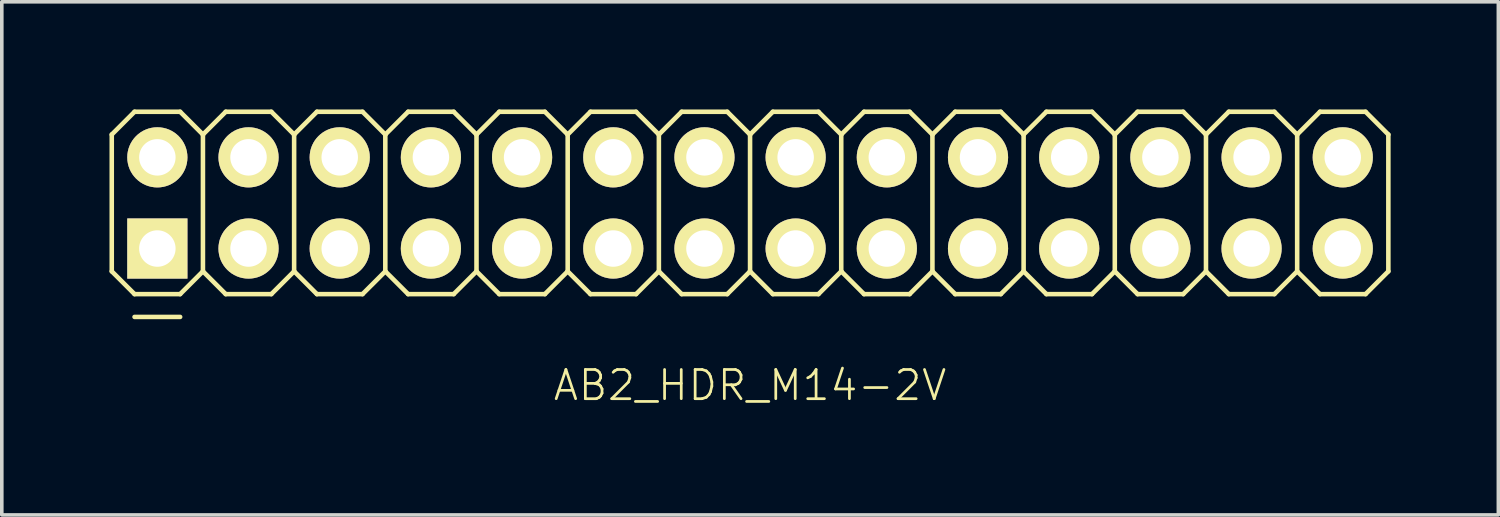
<source format=kicad_pcb>
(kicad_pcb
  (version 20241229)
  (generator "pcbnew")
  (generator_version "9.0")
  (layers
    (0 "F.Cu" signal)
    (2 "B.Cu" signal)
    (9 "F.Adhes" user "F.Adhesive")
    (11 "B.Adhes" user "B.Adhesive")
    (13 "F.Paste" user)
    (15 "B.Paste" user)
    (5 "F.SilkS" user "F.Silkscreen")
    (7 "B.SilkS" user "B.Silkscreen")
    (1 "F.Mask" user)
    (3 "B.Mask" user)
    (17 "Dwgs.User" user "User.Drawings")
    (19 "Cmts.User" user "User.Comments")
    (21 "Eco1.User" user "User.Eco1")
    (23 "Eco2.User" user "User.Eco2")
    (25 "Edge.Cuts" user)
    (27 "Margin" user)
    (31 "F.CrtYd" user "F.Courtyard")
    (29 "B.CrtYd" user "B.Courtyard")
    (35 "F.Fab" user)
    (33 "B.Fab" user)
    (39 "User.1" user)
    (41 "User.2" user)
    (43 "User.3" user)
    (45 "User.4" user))
  (footprint "AB2_HDR_M14-2V"
    (layer "F.Cu")
    (at 17.843 2.603)
    (property "Reference" "AB2_HDR_M14-2V" (at 0 5.08 0) (layer "F.SilkS") (effects (font (size 0.813 0.813) (thickness 0.076))))
    (attr through_hole)
    (fp_line (start -17.78 -1.905) (end -17.145 -2.54) (stroke (width 0.127) (type solid)) (layer "F.SilkS"))
    (fp_line (start -17.78 1.905) (end -17.78 -1.905) (stroke (width 0.127) (type solid)) (layer "F.SilkS"))
    (fp_line (start -17.145 -2.54) (end -15.875 -2.54) (stroke (width 0.127) (type solid)) (layer "F.SilkS"))
    (fp_line (start -17.145 2.54) (end -17.78 1.905) (stroke (width 0.127) (type solid)) (layer "F.SilkS"))
    (fp_line (start -17.145 3.175) (end -15.875 3.175) (stroke (width 0.127) (type solid)) (layer "F.SilkS"))
    (fp_line (start -15.875 -2.54) (end -15.24 -1.905) (stroke (width 0.127) (type solid)) (layer "F.SilkS"))
    (fp_line (start -15.875 2.54) (end -17.145 2.54) (stroke (width 0.127) (type solid)) (layer "F.SilkS"))
    (fp_line (start -15.24 -1.905) (end -15.24 1.905) (stroke (width 0.127) (type solid)) (layer "F.SilkS"))
    (fp_line (start -15.24 -1.905) (end -14.605 -2.54) (stroke (width 0.127) (type solid)) (layer "F.SilkS"))
    (fp_line (start -15.24 1.905) (end -15.875 2.54) (stroke (width 0.127) (type solid)) (layer "F.SilkS"))
    (fp_line (start -14.605 -2.54) (end -13.335 -2.54) (stroke (width 0.127) (type solid)) (layer "F.SilkS"))
    (fp_line (start -14.605 2.54) (end -15.24 1.905) (stroke (width 0.127) (type solid)) (layer "F.SilkS"))
    (fp_line (start -13.335 -2.54) (end -12.7 -1.905) (stroke (width 0.127) (type solid)) (layer "F.SilkS"))
    (fp_line (start -13.335 2.54) (end -14.605 2.54) (stroke (width 0.127) (type solid)) (layer "F.SilkS"))
    (fp_line (start -12.7 -1.905) (end -12.7 1.905) (stroke (width 0.127) (type solid)) (layer "F.SilkS"))
    (fp_line (start -12.7 -1.905) (end -12.065 -2.54) (stroke (width 0.127) (type solid)) (layer "F.SilkS"))
    (fp_line (start -12.7 1.905) (end -13.335 2.54) (stroke (width 0.127) (type solid)) (layer "F.SilkS"))
    (fp_line (start -12.065 -2.54) (end -10.795 -2.54) (stroke (width 0.127) (type solid)) (layer "F.SilkS"))
    (fp_line (start -12.065 2.54) (end -12.7 1.905) (stroke (width 0.127) (type solid)) (layer "F.SilkS"))
    (fp_line (start -10.795 -2.54) (end -10.16 -1.905) (stroke (width 0.127) (type solid)) (layer "F.SilkS"))
    (fp_line (start -10.795 2.54) (end -12.065 2.54) (stroke (width 0.127) (type solid)) (layer "F.SilkS"))
    (fp_line (start -10.16 -1.905) (end -10.16 1.905) (stroke (width 0.127) (type solid)) (layer "F.SilkS"))
    (fp_line (start -10.16 -1.905) (end -9.525 -2.54) (stroke (width 0.127) (type solid)) (layer "F.SilkS"))
    (fp_line (start -10.16 1.905) (end -10.795 2.54) (stroke (width 0.127) (type solid)) (layer "F.SilkS"))
    (fp_line (start -9.525 -2.54) (end -8.255 -2.54) (stroke (width 0.127) (type solid)) (layer "F.SilkS"))
    (fp_line (start -9.525 2.54) (end -10.16 1.905) (stroke (width 0.127) (type solid)) (layer "F.SilkS"))
    (fp_line (start -8.255 -2.54) (end -7.62 -1.905) (stroke (width 0.127) (type solid)) (layer "F.SilkS"))
    (fp_line (start -8.255 2.54) (end -9.525 2.54) (stroke (width 0.127) (type solid)) (layer "F.SilkS"))
    (fp_line (start -7.62 -1.905) (end -7.62 1.905) (stroke (width 0.127) (type solid)) (layer "F.SilkS"))
    (fp_line (start -7.62 -1.905) (end -6.985 -2.54) (stroke (width 0.127) (type solid)) (layer "F.SilkS"))
    (fp_line (start -7.62 1.905) (end -8.255 2.54) (stroke (width 0.127) (type solid)) (layer "F.SilkS"))
    (fp_line (start -6.985 -2.54) (end -5.715 -2.54) (stroke (width 0.127) (type solid)) (layer "F.SilkS"))
    (fp_line (start -6.985 2.54) (end -7.62 1.905) (stroke (width 0.127) (type solid)) (layer "F.SilkS"))
    (fp_line (start -5.715 -2.54) (end -5.08 -1.905) (stroke (width 0.127) (type solid)) (layer "F.SilkS"))
    (fp_line (start -5.715 2.54) (end -6.985 2.54) (stroke (width 0.127) (type solid)) (layer "F.SilkS"))
    (fp_line (start -5.08 -1.905) (end -5.08 1.905) (stroke (width 0.127) (type solid)) (layer "F.SilkS"))
    (fp_line (start -5.08 -1.905) (end -4.445 -2.54) (stroke (width 0.127) (type solid)) (layer "F.SilkS"))
    (fp_line (start -5.08 1.905) (end -5.715 2.54) (stroke (width 0.127) (type solid)) (layer "F.SilkS"))
    (fp_line (start -4.445 -2.54) (end -3.175 -2.54) (stroke (width 0.127) (type solid)) (layer "F.SilkS"))
    (fp_line (start -4.445 2.54) (end -5.08 1.905) (stroke (width 0.127) (type solid)) (layer "F.SilkS"))
    (fp_line (start -3.175 -2.54) (end -2.54 -1.905) (stroke (width 0.127) (type solid)) (layer "F.SilkS"))
    (fp_line (start -3.175 2.54) (end -4.445 2.54) (stroke (width 0.127) (type solid)) (layer "F.SilkS"))
    (fp_line (start -2.54 -1.905) (end -2.54 1.905) (stroke (width 0.127) (type solid)) (layer "F.SilkS"))
    (fp_line (start -2.54 -1.905) (end -1.905 -2.54) (stroke (width 0.127) (type solid)) (layer "F.SilkS"))
    (fp_line (start -2.54 1.905) (end -3.175 2.54) (stroke (width 0.127) (type solid)) (layer "F.SilkS"))
    (fp_line (start -1.905 -2.54) (end -0.635 -2.54) (stroke (width 0.127) (type solid)) (layer "F.SilkS"))
    (fp_line (start -1.905 2.54) (end -2.54 1.905) (stroke (width 0.127) (type solid)) (layer "F.SilkS"))
    (fp_line (start -0.635 -2.54) (end 0 -1.905) (stroke (width 0.127) (type solid)) (layer "F.SilkS"))
    (fp_line (start -0.635 2.54) (end -1.905 2.54) (stroke (width 0.127) (type solid)) (layer "F.SilkS"))
    (fp_line (start 0 -1.905) (end 0 1.905) (stroke (width 0.127) (type solid)) (layer "F.SilkS"))
    (fp_line (start 0 -1.905) (end 0.635 -2.54) (stroke (width 0.127) (type solid)) (layer "F.SilkS"))
    (fp_line (start 0 1.905) (end -0.635 2.54) (stroke (width 0.127) (type solid)) (layer "F.SilkS"))
    (fp_line (start 0.635 -2.54) (end 1.905 -2.54) (stroke (width 0.127) (type solid)) (layer "F.SilkS"))
    (fp_line (start 0.635 2.54) (end 0 1.905) (stroke (width 0.127) (type solid)) (layer "F.SilkS"))
    (fp_line (start 1.905 -2.54) (end 2.54 -1.905) (stroke (width 0.127) (type solid)) (layer "F.SilkS"))
    (fp_line (start 1.905 2.54) (end 0.635 2.54) (stroke (width 0.127) (type solid)) (layer "F.SilkS"))
    (fp_line (start 2.54 -1.905) (end 2.54 1.905) (stroke (width 0.127) (type solid)) (layer "F.SilkS"))
    (fp_line (start 2.54 -1.905) (end 3.175 -2.54) (stroke (width 0.127) (type solid)) (layer "F.SilkS"))
    (fp_line (start 2.54 1.905) (end 1.905 2.54) (stroke (width 0.127) (type solid)) (layer "F.SilkS"))
    (fp_line (start 3.175 -2.54) (end 4.445 -2.54) (stroke (width 0.127) (type solid)) (layer "F.SilkS"))
    (fp_line (start 3.175 2.54) (end 2.54 1.905) (stroke (width 0.127) (type solid)) (layer "F.SilkS"))
    (fp_line (start 4.445 -2.54) (end 5.08 -1.905) (stroke (width 0.127) (type solid)) (layer "F.SilkS"))
    (fp_line (start 4.445 2.54) (end 3.175 2.54) (stroke (width 0.127) (type solid)) (layer "F.SilkS"))
    (fp_line (start 5.08 -1.905) (end 5.08 1.905) (stroke (width 0.127) (type solid)) (layer "F.SilkS"))
    (fp_line (start 5.08 -1.905) (end 5.715 -2.54) (stroke (width 0.127) (type solid)) (layer "F.SilkS"))
    (fp_line (start 5.08 1.905) (end 4.445 2.54) (stroke (width 0.127) (type solid)) (layer "F.SilkS"))
    (fp_line (start 5.715 -2.54) (end 6.985 -2.54) (stroke (width 0.127) (type solid)) (layer "F.SilkS"))
    (fp_line (start 5.715 2.54) (end 5.08 1.905) (stroke (width 0.127) (type solid)) (layer "F.SilkS"))
    (fp_line (start 6.985 -2.54) (end 7.62 -1.905) (stroke (width 0.127) (type solid)) (layer "F.SilkS"))
    (fp_line (start 6.985 2.54) (end 5.715 2.54) (stroke (width 0.127) (type solid)) (layer "F.SilkS"))
    (fp_line (start 7.62 -1.905) (end 7.62 1.905) (stroke (width 0.127) (type solid)) (layer "F.SilkS"))
    (fp_line (start 7.62 -1.905) (end 8.255 -2.54) (stroke (width 0.127) (type solid)) (layer "F.SilkS"))
    (fp_line (start 7.62 1.905) (end 6.985 2.54) (stroke (width 0.127) (type solid)) (layer "F.SilkS"))
    (fp_line (start 8.255 -2.54) (end 9.525 -2.54) (stroke (width 0.127) (type solid)) (layer "F.SilkS"))
    (fp_line (start 8.255 2.54) (end 7.62 1.905) (stroke (width 0.127) (type solid)) (layer "F.SilkS"))
    (fp_line (start 9.525 -2.54) (end 10.16 -1.905) (stroke (width 0.127) (type solid)) (layer "F.SilkS"))
    (fp_line (start 9.525 2.54) (end 8.255 2.54) (stroke (width 0.127) (type solid)) (layer "F.SilkS"))
    (fp_line (start 10.16 -1.905) (end 10.16 1.905) (stroke (width 0.127) (type solid)) (layer "F.SilkS"))
    (fp_line (start 10.16 -1.905) (end 10.795 -2.54) (stroke (width 0.127) (type solid)) (layer "F.SilkS"))
    (fp_line (start 10.16 1.905) (end 9.525 2.54) (stroke (width 0.127) (type solid)) (layer "F.SilkS"))
    (fp_line (start 10.795 -2.54) (end 12.065 -2.54) (stroke (width 0.127) (type solid)) (layer "F.SilkS"))
    (fp_line (start 10.795 2.54) (end 10.16 1.905) (stroke (width 0.127) (type solid)) (layer "F.SilkS"))
    (fp_line (start 12.065 -2.54) (end 12.7 -1.905) (stroke (width 0.127) (type solid)) (layer "F.SilkS"))
    (fp_line (start 12.065 2.54) (end 10.795 2.54) (stroke (width 0.127) (type solid)) (layer "F.SilkS"))
    (fp_line (start 12.7 -1.905) (end 12.7 1.905) (stroke (width 0.127) (type solid)) (layer "F.SilkS"))
    (fp_line (start 12.7 -1.905) (end 13.335 -2.54) (stroke (width 0.127) (type solid)) (layer "F.SilkS"))
    (fp_line (start 12.7 1.905) (end 12.065 2.54) (stroke (width 0.127) (type solid)) (layer "F.SilkS"))
    (fp_line (start 13.335 -2.54) (end 14.605 -2.54) (stroke (width 0.127) (type solid)) (layer "F.SilkS"))
    (fp_line (start 13.335 2.54) (end 12.7 1.905) (stroke (width 0.127) (type solid)) (layer "F.SilkS"))
    (fp_line (start 14.605 -2.54) (end 15.24 -1.905) (stroke (width 0.127) (type solid)) (layer "F.SilkS"))
    (fp_line (start 14.605 2.54) (end 13.335 2.54) (stroke (width 0.127) (type solid)) (layer "F.SilkS"))
    (fp_line (start 15.24 -1.905) (end 15.24 1.905) (stroke (width 0.127) (type solid)) (layer "F.SilkS"))
    (fp_line (start 15.24 -1.905) (end 15.875 -2.54) (stroke (width 0.127) (type solid)) (layer "F.SilkS"))
    (fp_line (start 15.24 1.905) (end 14.605 2.54) (stroke (width 0.127) (type solid)) (layer "F.SilkS"))
    (fp_line (start 15.875 -2.54) (end 17.145 -2.54) (stroke (width 0.127) (type solid)) (layer "F.SilkS"))
    (fp_line (start 15.875 2.54) (end 15.24 1.905) (stroke (width 0.127) (type solid)) (layer "F.SilkS"))
    (fp_line (start 17.145 -2.54) (end 17.78 -1.905) (stroke (width 0.127) (type solid)) (layer "F.SilkS"))
    (fp_line (start 17.145 2.54) (end 15.875 2.54) (stroke (width 0.127) (type solid)) (layer "F.SilkS"))
    (fp_line (start 17.78 -1.905) (end 17.78 1.905) (stroke (width 0.127) (type solid)) (layer "F.SilkS"))
    (fp_line (start 17.78 1.905) (end 17.145 2.54) (stroke (width 0.127) (type solid)) (layer "F.SilkS"))
    (pad "1" thru_hole rect (at -16.51 1.27) (size 1.676 1.676) (drill 1.016) (layers "*.Cu" "*.Mask" "F.SilkS"))
    (pad "2" thru_hole circle (at -16.51 -1.27) (size 1.676 1.676) (drill 1.016) (layers "*.Cu" "*.Mask" "F.SilkS"))
    (pad "3" thru_hole circle (at -13.97 1.27) (size 1.676 1.676) (drill 1.016) (layers "*.Cu" "*.Mask" "F.SilkS"))
    (pad "4" thru_hole circle (at -13.97 -1.27) (size 1.676 1.676) (drill 1.016) (layers "*.Cu" "*.Mask" "F.SilkS"))
    (pad "5" thru_hole circle (at -11.43 1.27) (size 1.676 1.676) (drill 1.016) (layers "*.Cu" "*.Mask" "F.SilkS"))
    (pad "6" thru_hole circle (at -11.43 -1.27) (size 1.676 1.676) (drill 1.016) (layers "*.Cu" "*.Mask" "F.SilkS"))
    (pad "7" thru_hole circle (at -8.89 1.27) (size 1.676 1.676) (drill 1.016) (layers "*.Cu" "*.Mask" "F.SilkS"))
    (pad "8" thru_hole circle (at -8.89 -1.27) (size 1.676 1.676) (drill 1.016) (layers "*.Cu" "*.Mask" "F.SilkS"))
    (pad "9" thru_hole circle (at -6.35 1.27) (size 1.676 1.676) (drill 1.016) (layers "*.Cu" "*.Mask" "F.SilkS"))
    (pad "10" thru_hole circle (at -6.35 -1.27) (size 1.676 1.676) (drill 1.016) (layers "*.Cu" "*.Mask" "F.SilkS"))
    (pad "11" thru_hole circle (at -3.81 1.27) (size 1.676 1.676) (drill 1.016) (layers "*.Cu" "*.Mask" "F.SilkS"))
    (pad "12" thru_hole circle (at -3.81 -1.27) (size 1.676 1.676) (drill 1.016) (layers "*.Cu" "*.Mask" "F.SilkS"))
    (pad "13" thru_hole circle (at -1.27 1.27) (size 1.676 1.676) (drill 1.016) (layers "*.Cu" "*.Mask" "F.SilkS"))
    (pad "14" thru_hole circle (at -1.27 -1.27) (size 1.676 1.676) (drill 1.016) (layers "*.Cu" "*.Mask" "F.SilkS"))
    (pad "15" thru_hole circle (at 1.27 1.27) (size 1.676 1.676) (drill 1.016) (layers "*.Cu" "*.Mask" "F.SilkS"))
    (pad "16" thru_hole circle (at 1.27 -1.27) (size 1.676 1.676) (drill 1.016) (layers "*.Cu" "*.Mask" "F.SilkS"))
    (pad "17" thru_hole circle (at 3.81 1.27) (size 1.676 1.676) (drill 1.016) (layers "*.Cu" "*.Mask" "F.SilkS"))
    (pad "18" thru_hole circle (at 3.81 -1.27) (size 1.676 1.676) (drill 1.016) (layers "*.Cu" "*.Mask" "F.SilkS"))
    (pad "19" thru_hole circle (at 6.35 1.27) (size 1.676 1.676) (drill 1.016) (layers "*.Cu" "*.Mask" "F.SilkS"))
    (pad "20" thru_hole circle (at 6.35 -1.27) (size 1.676 1.676) (drill 1.016) (layers "*.Cu" "*.Mask" "F.SilkS"))
    (pad "21" thru_hole circle (at 8.89 1.27) (size 1.676 1.676) (drill 1.016) (layers "*.Cu" "*.Mask" "F.SilkS"))
    (pad "22" thru_hole circle (at 8.89 -1.27) (size 1.676 1.676) (drill 1.016) (layers "*.Cu" "*.Mask" "F.SilkS"))
    (pad "23" thru_hole circle (at 11.43 1.27) (size 1.676 1.676) (drill 1.016) (layers "*.Cu" "*.Mask" "F.SilkS"))
    (pad "24" thru_hole circle (at 11.43 -1.27) (size 1.676 1.676) (drill 1.016) (layers "*.Cu" "*.Mask" "F.SilkS"))
    (pad "25" thru_hole circle (at 13.97 1.27) (size 1.676 1.676) (drill 1.016) (layers "*.Cu" "*.Mask" "F.SilkS"))
    (pad "26" thru_hole circle (at 13.97 -1.27) (size 1.676 1.676) (drill 1.016) (layers "*.Cu" "*.Mask" "F.SilkS"))
    (pad "27" thru_hole circle (at 16.51 1.27) (size 1.676 1.676) (drill 1.016) (layers "*.Cu" "*.Mask" "F.SilkS"))
    (pad "28" thru_hole circle (at 16.51 -1.27) (size 1.676 1.676) (drill 1.016) (layers "*.Cu" "*.Mask" "F.SilkS")))
  (gr_rect
    (start -3 -3)
    (end 38.687 11.293)
    (stroke (width 0.1) (type default))
    (fill no)
    (layer "Edge.Cuts")))
</source>
